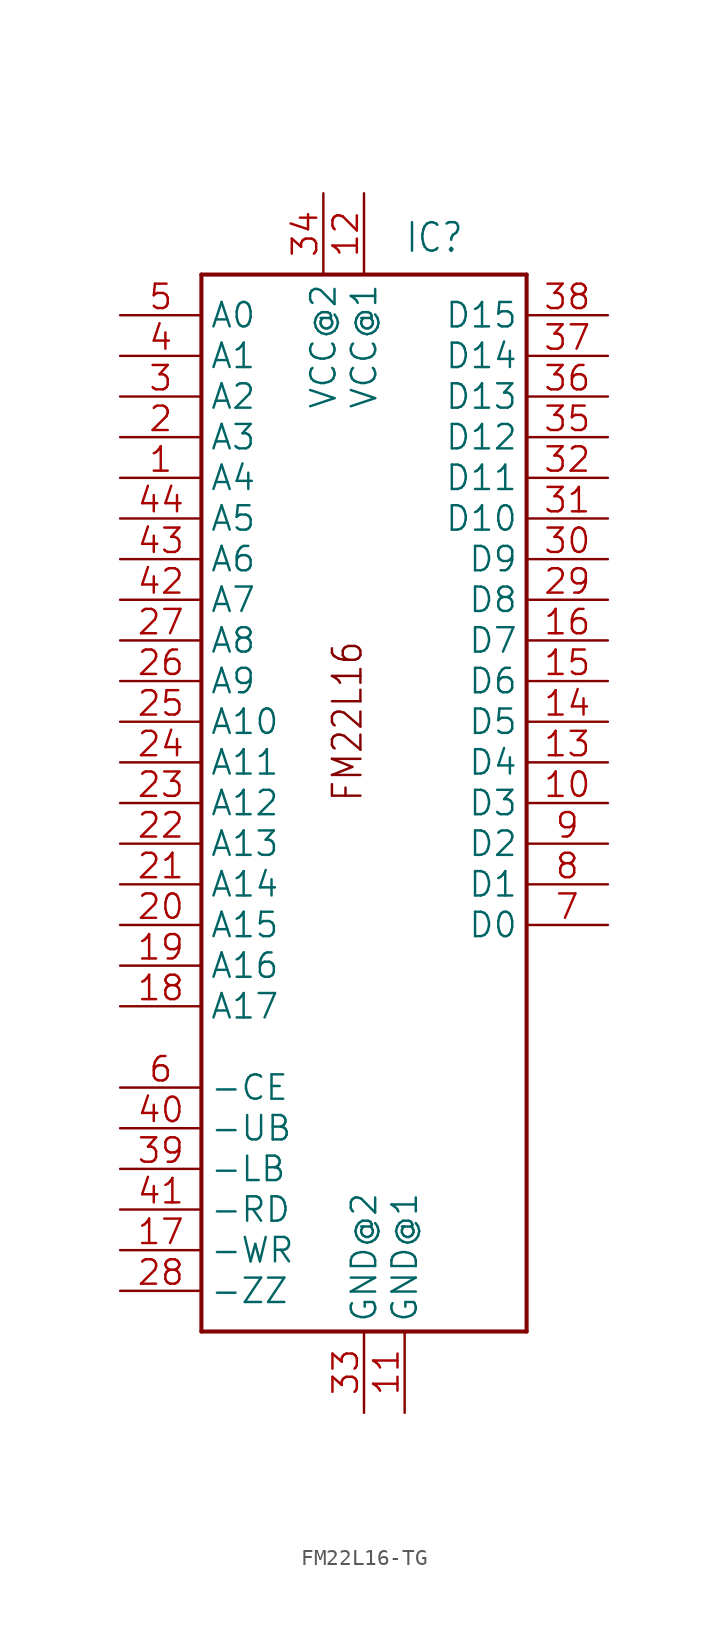
<source format=kicad_sym>
(kicad_symbol_lib
  (version 20241209)
  (generator "kicad_symbol_editor")
  (generator_version "9.0")
  (symbol "FM22L16-TG"
    (property "Reference" "IC"
      (at 2.54 24.13 0)
      (effects (font (size 1.778 1.511)) (justify left bottom)))
    (property "Value" ""
      (at 2.54 -10.16 90)
      (effects (font (size 1.778 1.511)) (justify left bottom)))
    (property "ki_locked" ""
      (at 0 0 0)
      (effects (font (size 1.27 1.27))))
    (symbol "FM22L16-TG_1_0"
      (polyline (pts (xy -10.16 22.86) (xy -10.16 -43.18)) (stroke (width 0.254) (type solid)) (fill (type none)))
      (polyline (pts (xy -10.16 -43.18) (xy 10.16 -43.18)) (stroke (width 0.254) (type solid)) (fill (type none)))
      (polyline (pts (xy 10.16 22.86) (xy -10.16 22.86)) (stroke (width 0.254) (type solid)) (fill (type none)))
      (polyline (pts (xy 10.16 -43.18) (xy 10.16 22.86)) (stroke (width 0.254) (type solid)) (fill (type none)))
      (text "FM22L16" (at 0 -10.16 900) (effects (font (size 1.778 1.511)) (justify left bottom)))
      (pin input line (at -15.24 20.32 0) (length 5.08) (name "A0" (effects (font (size 1.524 1.524)))) (number "5" (effects (font (size 1.524 1.524)))))
      (pin input line (at -15.24 17.78 0) (length 5.08) (name "A1" (effects (font (size 1.524 1.524)))) (number "4" (effects (font (size 1.524 1.524)))))
      (pin input line (at -15.24 15.24 0) (length 5.08) (name "A2" (effects (font (size 1.524 1.524)))) (number "3" (effects (font (size 1.524 1.524)))))
      (pin input line (at -15.24 12.7 0) (length 5.08) (name "A3" (effects (font (size 1.524 1.524)))) (number "2" (effects (font (size 1.524 1.524)))))
      (pin input line (at -15.24 10.16 0) (length 5.08) (name "A4" (effects (font (size 1.524 1.524)))) (number "1" (effects (font (size 1.524 1.524)))))
      (pin input line (at -15.24 7.62 0) (length 5.08) (name "A5" (effects (font (size 1.524 1.524)))) (number "44" (effects (font (size 1.524 1.524)))))
      (pin input line (at -15.24 5.08 0) (length 5.08) (name "A6" (effects (font (size 1.524 1.524)))) (number "43" (effects (font (size 1.524 1.524)))))
      (pin input line (at -15.24 2.54 0) (length 5.08) (name "A7" (effects (font (size 1.524 1.524)))) (number "42" (effects (font (size 1.524 1.524)))))
      (pin input line (at -15.24 0 0) (length 5.08) (name "A8" (effects (font (size 1.524 1.524)))) (number "27" (effects (font (size 1.524 1.524)))))
      (pin input line (at -15.24 -2.54 0) (length 5.08) (name "A9" (effects (font (size 1.524 1.524)))) (number "26" (effects (font (size 1.524 1.524)))))
      (pin input line (at -15.24 -5.08 0) (length 5.08) (name "A10" (effects (font (size 1.524 1.524)))) (number "25" (effects (font (size 1.524 1.524)))))
      (pin input line (at -15.24 -7.62 0) (length 5.08) (name "A11" (effects (font (size 1.524 1.524)))) (number "24" (effects (font (size 1.524 1.524)))))
      (pin input line (at -15.24 -10.16 0) (length 5.08) (name "A12" (effects (font (size 1.524 1.524)))) (number "23" (effects (font (size 1.524 1.524)))))
      (pin input line (at -15.24 -12.7 0) (length 5.08) (name "A13" (effects (font (size 1.524 1.524)))) (number "22" (effects (font (size 1.524 1.524)))))
      (pin input line (at -15.24 -15.24 0) (length 5.08) (name "A14" (effects (font (size 1.524 1.524)))) (number "21" (effects (font (size 1.524 1.524)))))
      (pin input line (at -15.24 -17.78 0) (length 5.08) (name "A15" (effects (font (size 1.524 1.524)))) (number "20" (effects (font (size 1.524 1.524)))))
      (pin input line (at -15.24 -20.32 0) (length 5.08) (name "A16" (effects (font (size 1.524 1.524)))) (number "19" (effects (font (size 1.524 1.524)))))
      (pin input line (at -15.24 -22.86 0) (length 5.08) (name "A17" (effects (font (size 1.524 1.524)))) (number "18" (effects (font (size 1.524 1.524)))))
      (pin input line (at -15.24 -27.94 0) (length 5.08) (name "-CE" (effects (font (size 1.524 1.524)))) (number "6" (effects (font (size 1.524 1.524)))))
      (pin input line (at -15.24 -30.48 0) (length 5.08) (name "-UB" (effects (font (size 1.524 1.524)))) (number "40" (effects (font (size 1.524 1.524)))))
      (pin input line (at -15.24 -33.02 0) (length 5.08) (name "-LB" (effects (font (size 1.524 1.524)))) (number "39" (effects (font (size 1.524 1.524)))))
      (pin input line (at -15.24 -35.56 0) (length 5.08) (name "-RD" (effects (font (size 1.524 1.524)))) (number "41" (effects (font (size 1.524 1.524)))))
      (pin input line (at -15.24 -38.1 0) (length 5.08) (name "-WR" (effects (font (size 1.524 1.524)))) (number "17" (effects (font (size 1.524 1.524)))))
      (pin input line (at -15.24 -40.64 0) (length 5.08) (name "-ZZ" (effects (font (size 1.524 1.524)))) (number "28" (effects (font (size 1.524 1.524)))))
      (pin power_in line (at -2.54 27.94 270) (length 5.08) (name "VCC@2" (effects (font (size 1.524 1.524)))) (number "34" (effects (font (size 1.524 1.524)))))
      (pin power_in line (at 0 27.94 270) (length 5.08) (name "VCC@1" (effects (font (size 1.524 1.524)))) (number "12" (effects (font (size 1.524 1.524)))))
      (pin power_in line (at 0 -48.26 90) (length 5.08) (name "GND@2" (effects (font (size 1.524 1.524)))) (number "33" (effects (font (size 1.524 1.524)))))
      (pin power_in line (at 2.54 -48.26 90) (length 5.08) (name "GND@1" (effects (font (size 1.524 1.524)))) (number "11" (effects (font (size 1.524 1.524)))))
      (pin bidirectional line (at 15.24 20.32 180) (length 5.08) (name "D15" (effects (font (size 1.524 1.524)))) (number "38" (effects (font (size 1.524 1.524)))))
      (pin bidirectional line (at 15.24 17.78 180) (length 5.08) (name "D14" (effects (font (size 1.524 1.524)))) (number "37" (effects (font (size 1.524 1.524)))))
      (pin bidirectional line (at 15.24 15.24 180) (length 5.08) (name "D13" (effects (font (size 1.524 1.524)))) (number "36" (effects (font (size 1.524 1.524)))))
      (pin bidirectional line (at 15.24 12.7 180) (length 5.08) (name "D12" (effects (font (size 1.524 1.524)))) (number "35" (effects (font (size 1.524 1.524)))))
      (pin bidirectional line (at 15.24 10.16 180) (length 5.08) (name "D11" (effects (font (size 1.524 1.524)))) (number "32" (effects (font (size 1.524 1.524)))))
      (pin bidirectional line (at 15.24 7.62 180) (length 5.08) (name "D10" (effects (font (size 1.524 1.524)))) (number "31" (effects (font (size 1.524 1.524)))))
      (pin bidirectional line (at 15.24 5.08 180) (length 5.08) (name "D9" (effects (font (size 1.524 1.524)))) (number "30" (effects (font (size 1.524 1.524)))))
      (pin bidirectional line (at 15.24 2.54 180) (length 5.08) (name "D8" (effects (font (size 1.524 1.524)))) (number "29" (effects (font (size 1.524 1.524)))))
      (pin bidirectional line (at 15.24 0 180) (length 5.08) (name "D7" (effects (font (size 1.524 1.524)))) (number "16" (effects (font (size 1.524 1.524)))))
      (pin bidirectional line (at 15.24 -2.54 180) (length 5.08) (name "D6" (effects (font (size 1.524 1.524)))) (number "15" (effects (font (size 1.524 1.524)))))
      (pin bidirectional line (at 15.24 -5.08 180) (length 5.08) (name "D5" (effects (font (size 1.524 1.524)))) (number "14" (effects (font (size 1.524 1.524)))))
      (pin bidirectional line (at 15.24 -7.62 180) (length 5.08) (name "D4" (effects (font (size 1.524 1.524)))) (number "13" (effects (font (size 1.524 1.524)))))
      (pin bidirectional line (at 15.24 -10.16 180) (length 5.08) (name "D3" (effects (font (size 1.524 1.524)))) (number "10" (effects (font (size 1.524 1.524)))))
      (pin bidirectional line (at 15.24 -12.7 180) (length 5.08) (name "D2" (effects (font (size 1.524 1.524)))) (number "9" (effects (font (size 1.524 1.524)))))
      (pin bidirectional line (at 15.24 -15.24 180) (length 5.08) (name "D1" (effects (font (size 1.524 1.524)))) (number "8" (effects (font (size 1.524 1.524)))))
      (pin bidirectional line (at 15.24 -17.78 180) (length 5.08) (name "D0" (effects (font (size 1.524 1.524)))) (number "7" (effects (font (size 1.524 1.524))))))))
</source>
